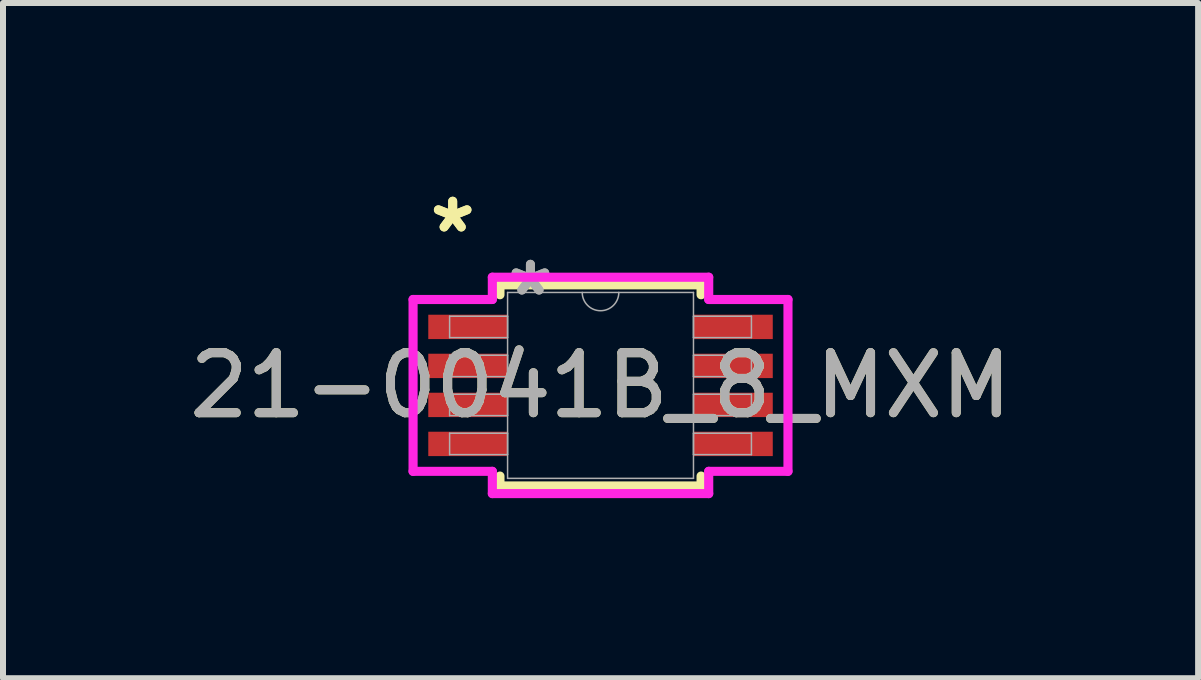
<source format=kicad_pcb>
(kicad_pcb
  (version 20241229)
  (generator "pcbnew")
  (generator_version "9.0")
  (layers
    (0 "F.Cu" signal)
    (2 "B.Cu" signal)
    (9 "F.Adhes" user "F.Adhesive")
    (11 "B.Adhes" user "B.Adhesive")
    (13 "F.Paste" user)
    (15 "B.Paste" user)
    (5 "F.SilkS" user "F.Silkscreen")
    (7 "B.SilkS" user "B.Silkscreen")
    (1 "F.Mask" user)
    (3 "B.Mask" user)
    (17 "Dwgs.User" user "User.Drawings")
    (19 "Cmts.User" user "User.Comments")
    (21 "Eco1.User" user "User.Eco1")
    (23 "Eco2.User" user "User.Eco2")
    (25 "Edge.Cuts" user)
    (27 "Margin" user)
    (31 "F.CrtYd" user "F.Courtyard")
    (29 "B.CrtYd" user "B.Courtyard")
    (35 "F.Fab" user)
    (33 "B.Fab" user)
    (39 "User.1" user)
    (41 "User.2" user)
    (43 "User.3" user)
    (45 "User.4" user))
  (footprint "21-0041B_8_MXM"
    (layer "F.Cu")
    (at 6.958 3.373)
    (property "Reference" "21-0041B_8_MXM" (at 0 0 0) (unlocked yes) (layer "F.SilkS") (effects (font (size 1 1) (thickness 0.15))))
    (attr smd)
    (fp_line (start -1.676 -1.676) (end -1.676 -1.511) (stroke (width 0.152) (type solid)) (layer "F.SilkS"))
    (fp_line (start -1.676 1.511) (end -1.676 1.676) (stroke (width 0.152) (type solid)) (layer "F.SilkS"))
    (fp_line (start -1.676 1.676) (end 1.676 1.676) (stroke (width 0.152) (type solid)) (layer "F.SilkS"))
    (fp_line (start 1.676 -1.676) (end -1.676 -1.676) (stroke (width 0.152) (type solid)) (layer "F.SilkS"))
    (fp_line (start 1.676 -1.511) (end 1.676 -1.676) (stroke (width 0.152) (type solid)) (layer "F.SilkS"))
    (fp_line (start 1.676 1.676) (end 1.676 1.511) (stroke (width 0.152) (type solid)) (layer "F.SilkS"))
    (fp_line (start -3.124 -1.432) (end -1.803 -1.432) (stroke (width 0.152) (type solid)) (layer "F.CrtYd"))
    (fp_line (start -3.124 1.432) (end -3.124 -1.432) (stroke (width 0.152) (type solid)) (layer "F.CrtYd"))
    (fp_line (start -3.124 1.432) (end -1.803 1.432) (stroke (width 0.152) (type solid)) (layer "F.CrtYd"))
    (fp_line (start -1.803 -1.803) (end 1.803 -1.803) (stroke (width 0.152) (type solid)) (layer "F.CrtYd"))
    (fp_line (start -1.803 -1.432) (end -1.803 -1.803) (stroke (width 0.152) (type solid)) (layer "F.CrtYd"))
    (fp_line (start -1.803 1.803) (end -1.803 1.432) (stroke (width 0.152) (type solid)) (layer "F.CrtYd"))
    (fp_line (start 1.803 -1.803) (end 1.803 -1.432) (stroke (width 0.152) (type solid)) (layer "F.CrtYd"))
    (fp_line (start 1.803 1.432) (end 1.803 1.803) (stroke (width 0.152) (type solid)) (layer "F.CrtYd"))
    (fp_line (start 1.803 1.803) (end -1.803 1.803) (stroke (width 0.152) (type solid)) (layer "F.CrtYd"))
    (fp_line (start 3.124 -1.432) (end 1.803 -1.432) (stroke (width 0.152) (type solid)) (layer "F.CrtYd"))
    (fp_line (start 3.124 -1.432) (end 3.124 1.432) (stroke (width 0.152) (type solid)) (layer "F.CrtYd"))
    (fp_line (start 3.124 1.432) (end 1.803 1.432) (stroke (width 0.152) (type solid)) (layer "F.CrtYd"))
    (fp_line (start -2.515 -1.153) (end -2.515 -0.797) (stroke (width 0.025) (type solid)) (layer "F.Fab"))
    (fp_line (start -2.515 -0.797) (end -1.549 -0.797) (stroke (width 0.025) (type solid)) (layer "F.Fab"))
    (fp_line (start -2.515 -0.503) (end -2.515 -0.147) (stroke (width 0.025) (type solid)) (layer "F.Fab"))
    (fp_line (start -2.515 -0.147) (end -1.549 -0.147) (stroke (width 0.025) (type solid)) (layer "F.Fab"))
    (fp_line (start -2.515 0.147) (end -2.515 0.503) (stroke (width 0.025) (type solid)) (layer "F.Fab"))
    (fp_line (start -2.515 0.503) (end -1.549 0.503) (stroke (width 0.025) (type solid)) (layer "F.Fab"))
    (fp_line (start -2.515 0.797) (end -2.515 1.153) (stroke (width 0.025) (type solid)) (layer "F.Fab"))
    (fp_line (start -2.515 1.153) (end -1.549 1.153) (stroke (width 0.025) (type solid)) (layer "F.Fab"))
    (fp_line (start -1.549 -1.549) (end -1.549 1.549) (stroke (width 0.025) (type solid)) (layer "F.Fab"))
    (fp_line (start -1.549 -1.153) (end -2.515 -1.153) (stroke (width 0.025) (type solid)) (layer "F.Fab"))
    (fp_line (start -1.549 -0.797) (end -1.549 -1.153) (stroke (width 0.025) (type solid)) (layer "F.Fab"))
    (fp_line (start -1.549 -0.503) (end -2.515 -0.503) (stroke (width 0.025) (type solid)) (layer "F.Fab"))
    (fp_line (start -1.549 -0.147) (end -1.549 -0.503) (stroke (width 0.025) (type solid)) (layer "F.Fab"))
    (fp_line (start -1.549 0.147) (end -2.515 0.147) (stroke (width 0.025) (type solid)) (layer "F.Fab"))
    (fp_line (start -1.549 0.503) (end -1.549 0.147) (stroke (width 0.025) (type solid)) (layer "F.Fab"))
    (fp_line (start -1.549 0.797) (end -2.515 0.797) (stroke (width 0.025) (type solid)) (layer "F.Fab"))
    (fp_line (start -1.549 1.153) (end -1.549 0.797) (stroke (width 0.025) (type solid)) (layer "F.Fab"))
    (fp_line (start -1.549 1.549) (end 1.549 1.549) (stroke (width 0.025) (type solid)) (layer "F.Fab"))
    (fp_line (start 1.549 -1.549) (end -1.549 -1.549) (stroke (width 0.025) (type solid)) (layer "F.Fab"))
    (fp_line (start 1.549 -1.153) (end 1.549 -0.797) (stroke (width 0.025) (type solid)) (layer "F.Fab"))
    (fp_line (start 1.549 -0.797) (end 2.515 -0.797) (stroke (width 0.025) (type solid)) (layer "F.Fab"))
    (fp_line (start 1.549 -0.503) (end 1.549 -0.147) (stroke (width 0.025) (type solid)) (layer "F.Fab"))
    (fp_line (start 1.549 -0.147) (end 2.515 -0.147) (stroke (width 0.025) (type solid)) (layer "F.Fab"))
    (fp_line (start 1.549 0.147) (end 1.549 0.503) (stroke (width 0.025) (type solid)) (layer "F.Fab"))
    (fp_line (start 1.549 0.503) (end 2.515 0.503) (stroke (width 0.025) (type solid)) (layer "F.Fab"))
    (fp_line (start 1.549 0.797) (end 1.549 1.153) (stroke (width 0.025) (type solid)) (layer "F.Fab"))
    (fp_line (start 1.549 1.153) (end 2.515 1.153) (stroke (width 0.025) (type solid)) (layer "F.Fab"))
    (fp_line (start 1.549 1.549) (end 1.549 -1.549) (stroke (width 0.025) (type solid)) (layer "F.Fab"))
    (fp_line (start 2.515 -1.153) (end 1.549 -1.153) (stroke (width 0.025) (type solid)) (layer "F.Fab"))
    (fp_line (start 2.515 -0.797) (end 2.515 -1.153) (stroke (width 0.025) (type solid)) (layer "F.Fab"))
    (fp_line (start 2.515 -0.503) (end 1.549 -0.503) (stroke (width 0.025) (type solid)) (layer "F.Fab"))
    (fp_line (start 2.515 -0.147) (end 2.515 -0.503) (stroke (width 0.025) (type solid)) (layer "F.Fab"))
    (fp_line (start 2.515 0.147) (end 1.549 0.147) (stroke (width 0.025) (type solid)) (layer "F.Fab"))
    (fp_line (start 2.515 0.503) (end 2.515 0.147) (stroke (width 0.025) (type solid)) (layer "F.Fab"))
    (fp_line (start 2.515 0.797) (end 1.549 0.797) (stroke (width 0.025) (type solid)) (layer "F.Fab"))
    (fp_line (start 2.515 1.153) (end 2.515 0.797) (stroke (width 0.025) (type solid)) (layer "F.Fab"))
    (fp_arc (start 0.3048 -1.5494) (mid 0 -1.2446) (end -0.3048 -1.5494) (stroke (width 0.0254) (type solid)) (layer "F.Fab"))
    (fp_text user "*" (at -2.464 -2.524 0) (unlocked yes) (layer "F.SilkS") (effects (font (size 1 1) (thickness 0.15))))
    (fp_text user "*" (at -2.464 -2.524 0) (layer "F.SilkS") (effects (font (size 1 1) (thickness 0.15))))
    (fp_text user "${REFERENCE}" (at 0 0 0) (unlocked yes) (layer "F.Fab") (effects (font (size 1 1) (thickness 0.15))))
    (fp_text user "*" (at -1.168 -1.473 0) (unlocked yes) (layer "F.Fab") (effects (font (size 1 1) (thickness 0.15))))
    (fp_text user "*" (at -1.168 -1.473 0) (layer "F.Fab") (effects (font (size 1 1) (thickness 0.15))))
    (pad "1" smd rect (at -2.21 -0.975) (size 1.321 0.406) (layers "F.Cu" "F.Mask" "F.Paste"))
    (pad "2" smd rect (at -2.21 -0.325) (size 1.321 0.406) (layers "F.Cu" "F.Mask" "F.Paste"))
    (pad "3" smd rect (at -2.21 0.325) (size 1.321 0.406) (layers "F.Cu" "F.Mask" "F.Paste"))
    (pad "4" smd rect (at -2.21 0.975) (size 1.321 0.406) (layers "F.Cu" "F.Mask" "F.Paste"))
    (pad "5" smd rect (at 2.21 0.975) (size 1.321 0.406) (layers "F.Cu" "F.Mask" "F.Paste"))
    (pad "6" smd rect (at 2.21 0.325) (size 1.321 0.406) (layers "F.Cu" "F.Mask" "F.Paste"))
    (pad "7" smd rect (at 2.21 -0.325) (size 1.321 0.406) (layers "F.Cu" "F.Mask" "F.Paste"))
    (pad "8" smd rect (at 2.21 -0.975) (size 1.321 0.406) (layers "F.Cu" "F.Mask" "F.Paste")))
  (gr_rect
    (start -3 -3)
    (end 16.917 8.252)
    (stroke (width 0.1) (type default))
    (fill no)
    (layer "Edge.Cuts")))
</source>
